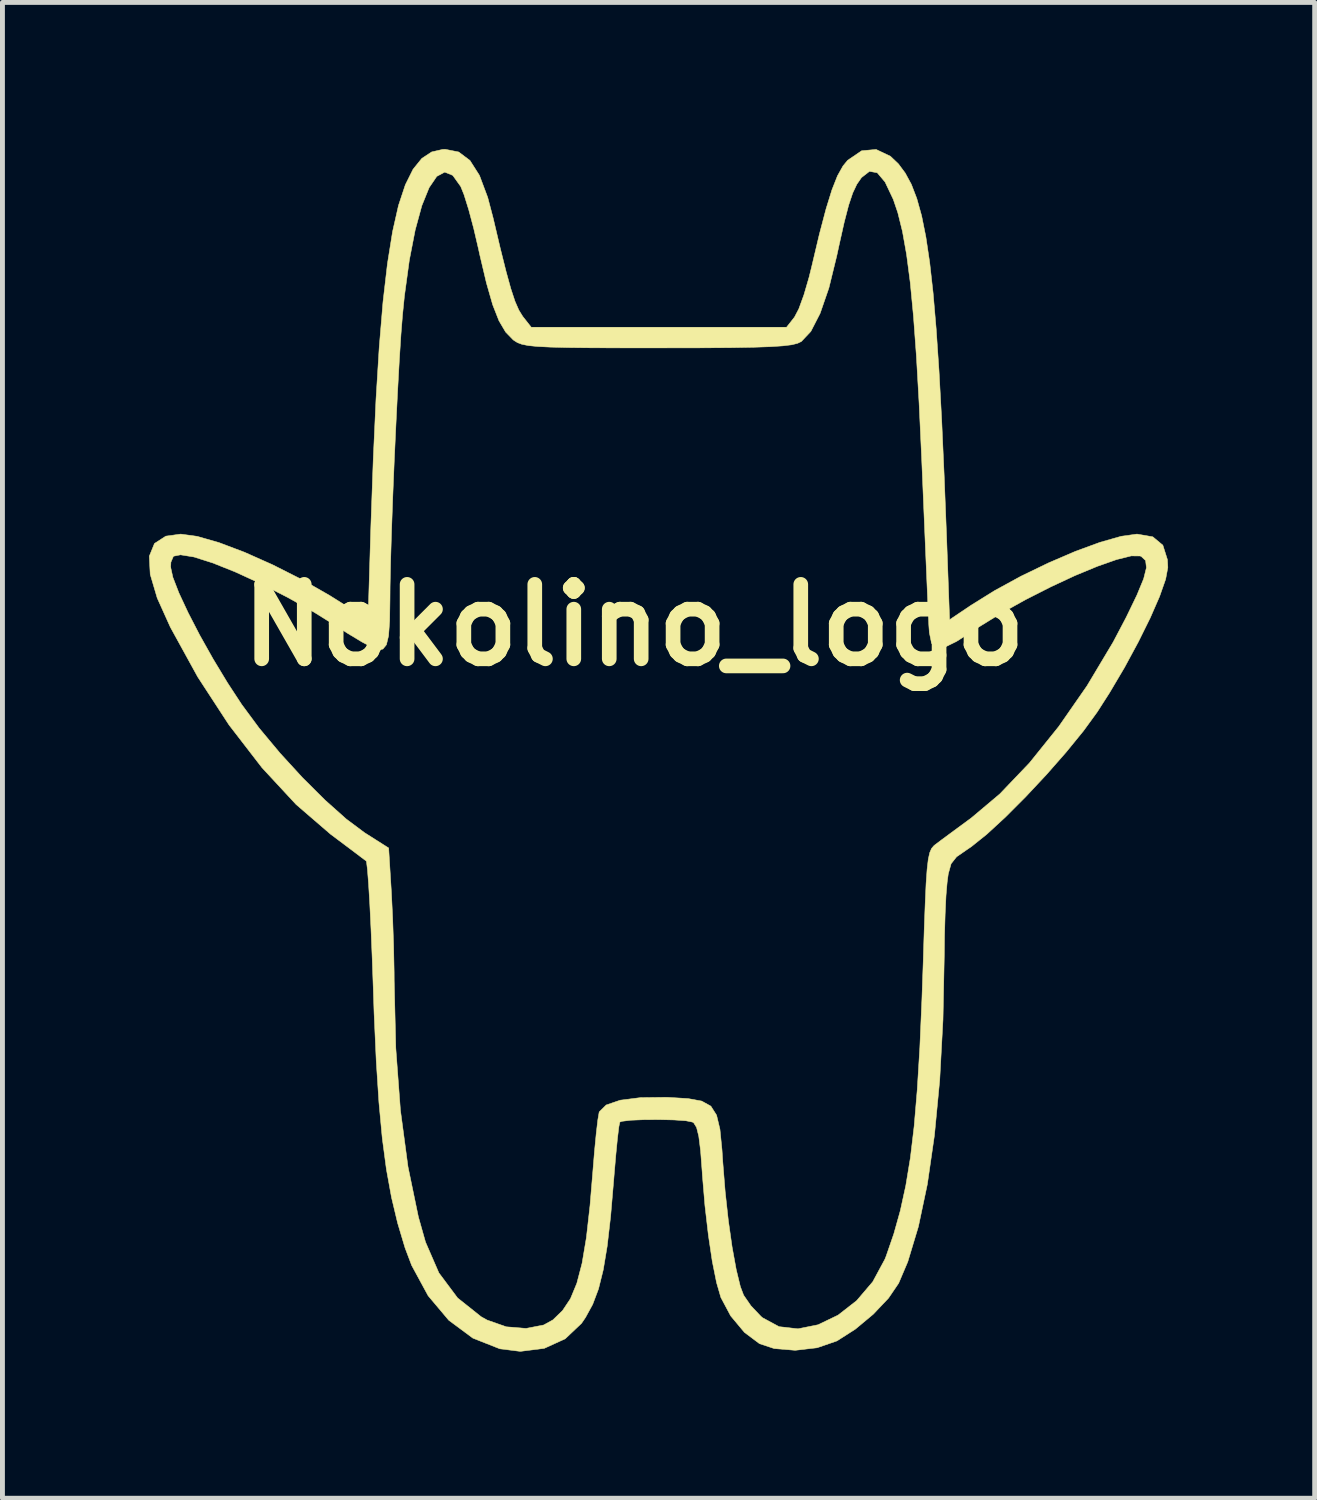
<source format=kicad_pcb>
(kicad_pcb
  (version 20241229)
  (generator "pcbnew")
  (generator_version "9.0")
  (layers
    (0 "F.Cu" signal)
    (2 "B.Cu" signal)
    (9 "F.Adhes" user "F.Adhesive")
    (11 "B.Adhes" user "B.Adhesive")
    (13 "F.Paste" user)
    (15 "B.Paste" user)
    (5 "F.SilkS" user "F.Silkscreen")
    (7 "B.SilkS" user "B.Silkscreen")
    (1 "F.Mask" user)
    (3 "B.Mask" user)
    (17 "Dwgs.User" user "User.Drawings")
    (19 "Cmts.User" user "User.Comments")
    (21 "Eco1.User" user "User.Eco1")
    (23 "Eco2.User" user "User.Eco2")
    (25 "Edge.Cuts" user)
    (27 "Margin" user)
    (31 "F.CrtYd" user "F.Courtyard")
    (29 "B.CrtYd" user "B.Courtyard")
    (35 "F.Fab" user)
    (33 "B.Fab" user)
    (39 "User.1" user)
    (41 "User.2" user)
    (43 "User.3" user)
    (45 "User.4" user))
  (footprint "Nokolino_logo"
    (layer "F.Cu")
    (at 9.925 12.282)
    (property "Reference" "Nokolino_logo" (at 0 -2.54 0) (layer "F.SilkS") (effects (font (size 1.524 1.524) (thickness 0.3))))
    (attr through_hole)
    (fp_poly (pts (xy -3.589 -12.222) (xy -3.359 -12.049) (xy -3.164 -11.743) (xy -2.995 -11.292) (xy -2.885 -10.874) (xy -2.739 -10.255) (xy -2.62 -9.779) (xy -2.522 -9.424) (xy -2.437 -9.167) (xy -2.358 -8.986) (xy -2.279 -8.858) (xy -2.267 -8.843) (xy -2.104 -8.636) (xy 0.508 -8.636) (xy 3.12 -8.636) (xy 3.282 -8.842) (xy 3.371 -9.012) (xy 3.476 -9.3) (xy 3.581 -9.66) (xy 3.635 -9.879) (xy 3.792 -10.541) (xy 3.928 -11.057) (xy 4.049 -11.448) (xy 4.162 -11.734) (xy 4.275 -11.936) (xy 4.37 -12.052) (xy 4.657 -12.247) (xy 4.952 -12.274) (xy 5.245 -12.135) (xy 5.408 -11.98) (xy 5.548 -11.792) (xy 5.674 -11.56) (xy 5.785 -11.271) (xy 5.884 -10.916) (xy 5.971 -10.483) (xy 6.049 -9.96) (xy 6.119 -9.336) (xy 6.182 -8.6) (xy 6.24 -7.741) (xy 6.294 -6.746) (xy 6.345 -5.606) (xy 6.396 -4.308) (xy 6.399 -4.225) (xy 6.456 -2.651) (xy 6.89 -2.943) (xy 7.375 -3.245) (xy 7.915 -3.54) (xy 8.477 -3.812) (xy 9.028 -4.049) (xy 9.535 -4.235) (xy 9.967 -4.358) (xy 10.29 -4.403) (xy 10.292 -4.403) (xy 10.615 -4.347) (xy 10.82 -4.176) (xy 10.914 -3.879) (xy 10.922 -3.719) (xy 10.877 -3.479) (xy 10.753 -3.126) (xy 10.562 -2.689) (xy 10.318 -2.196) (xy 10.037 -1.676) (xy 9.73 -1.157) (xy 9.477 -0.762) (xy 9.196 -0.376) (xy 8.84 0.061) (xy 8.437 0.52) (xy 8.014 0.972) (xy 7.599 1.388) (xy 7.22 1.737) (xy 6.904 1.991) (xy 6.807 2.057) (xy 6.6 2.2) (xy 6.487 2.343) (xy 6.429 2.551) (xy 6.406 2.724) (xy 6.383 2.994) (xy 6.365 3.378) (xy 6.352 3.822) (xy 6.348 4.191) (xy 6.321 5.534) (xy 6.254 6.774) (xy 6.146 7.9) (xy 6.001 8.901) (xy 5.818 9.767) (xy 5.601 10.486) (xy 5.414 10.926) (xy 5.206 11.232) (xy 4.894 11.561) (xy 4.528 11.866) (xy 4.159 12.102) (xy 4.143 12.11) (xy 3.745 12.247) (xy 3.298 12.299) (xy 2.867 12.263) (xy 2.566 12.163) (xy 2.258 11.932) (xy 1.976 11.594) (xy 1.776 11.218) (xy 1.688 10.915) (xy 1.6 10.478) (xy 1.52 9.941) (xy 1.45 9.339) (xy 1.397 8.708) (xy 1.394 8.654) (xy 1.361 8.216) (xy 1.324 7.92) (xy 1.279 7.739) (xy 1.221 7.646) (xy 1.195 7.629) (xy 1.061 7.602) (xy 0.817 7.585) (xy 0.514 7.578) (xy 0.202 7.58) (xy -0.069 7.591) (xy -0.249 7.613) (xy -0.291 7.629) (xy -0.311 7.723) (xy -0.339 7.953) (xy -0.372 8.288) (xy -0.407 8.695) (xy -0.416 8.807) (xy -0.48 9.56) (xy -0.55 10.167) (xy -0.631 10.653) (xy -0.728 11.043) (xy -0.847 11.359) (xy -0.993 11.626) (xy -1.076 11.748) (xy -1.41 12.064) (xy -1.838 12.259) (xy -2.328 12.321) (xy -2.748 12.268) (xy -3.299 12.05) (xy -3.792 11.684) (xy -4.214 11.183) (xy -4.551 10.562) (xy -4.687 10.202) (xy -4.838 9.697) (xy -4.964 9.169) (xy -5.068 8.597) (xy -5.153 7.957) (xy -5.221 7.227) (xy -5.276 6.383) (xy -5.32 5.403) (xy -5.336 4.915) (xy -5.359 4.271) (xy -5.383 3.682) (xy -5.408 3.17) (xy -5.433 2.756) (xy -5.456 2.461) (xy -5.475 2.305) (xy -5.482 2.286) (xy -5.574 2.217) (xy -5.768 2.07) (xy -6.032 1.872) (xy -6.212 1.737) (xy -6.915 1.131) (xy -7.613 0.378) (xy -8.29 -0.5) (xy -8.929 -1.48) (xy -9.489 -2.498) (xy -9.758 -3.095) (xy -9.901 -3.579) (xy -9.909 -3.725) (xy -9.483 -3.725) (xy -9.438 -3.519) (xy -9.314 -3.199) (xy -9.126 -2.796) (xy -8.888 -2.335) (xy -8.614 -1.847) (xy -8.319 -1.359) (xy -8.031 -0.919) (xy -7.672 -0.433) (xy -7.246 0.078) (xy -6.786 0.58) (xy -6.323 1.041) (xy -5.889 1.428) (xy -5.514 1.708) (xy -5.495 1.72) (xy -5.022 2.02) (xy -4.966 2.928) (xy -4.941 3.44) (xy -4.921 4.017) (xy -4.91 4.562) (xy -4.909 4.733) (xy -4.876 6.112) (xy -4.781 7.388) (xy -4.626 8.545) (xy -4.414 9.568) (xy -4.268 10.084) (xy -3.994 10.715) (xy -3.611 11.228) (xy -3.129 11.612) (xy -3.007 11.68) (xy -2.614 11.818) (xy -2.21 11.851) (xy -1.85 11.781) (xy -1.66 11.676) (xy -1.464 11.486) (xy -1.302 11.243) (xy -1.171 10.926) (xy -1.064 10.517) (xy -0.976 9.994) (xy -0.902 9.339) (xy -0.846 8.666) (xy -0.811 8.239) (xy -0.775 7.866) (xy -0.742 7.584) (xy -0.715 7.428) (xy -0.711 7.418) (xy -0.571 7.279) (xy -0.284 7.181) (xy 0.133 7.128) (xy 0.662 7.122) (xy 0.713 7.124) (xy 1.105 7.148) (xy 1.384 7.199) (xy 1.571 7.303) (xy 1.688 7.487) (xy 1.757 7.776) (xy 1.799 8.197) (xy 1.815 8.442) (xy 1.864 9.052) (xy 1.929 9.644) (xy 2.006 10.186) (xy 2.09 10.647) (xy 2.175 10.996) (xy 2.242 11.172) (xy 2.391 11.388) (xy 2.597 11.605) (xy 2.628 11.632) (xy 2.967 11.815) (xy 3.354 11.859) (xy 3.765 11.776) (xy 4.174 11.579) (xy 4.555 11.282) (xy 4.884 10.896) (xy 5.133 10.434) (xy 5.158 10.371) (xy 5.315 9.915) (xy 5.448 9.441) (xy 5.56 8.929) (xy 5.654 8.359) (xy 5.731 7.713) (xy 5.794 6.969) (xy 5.847 6.108) (xy 5.89 5.111) (xy 5.916 4.367) (xy 5.937 3.685) (xy 5.957 3.152) (xy 5.975 2.749) (xy 5.996 2.455) (xy 6.02 2.25) (xy 6.05 2.116) (xy 6.087 2.03) (xy 6.134 1.975) (xy 6.159 1.954) (xy 6.309 1.841) (xy 6.549 1.664) (xy 6.833 1.455) (xy 6.895 1.41) (xy 7.484 0.914) (xy 8.09 0.28) (xy 8.691 -0.467) (xy 9.269 -1.299) (xy 9.802 -2.191) (xy 10.07 -2.7) (xy 10.29 -3.156) (xy 10.427 -3.488) (xy 10.484 -3.716) (xy 10.467 -3.862) (xy 10.38 -3.944) (xy 10.356 -3.955) (xy 10.174 -3.957) (xy 9.873 -3.882) (xy 9.481 -3.744) (xy 9.022 -3.554) (xy 8.524 -3.322) (xy 8.012 -3.062) (xy 7.514 -2.785) (xy 7.055 -2.502) (xy 6.961 -2.439) (xy 6.597 -2.206) (xy 6.344 -2.082) (xy 6.181 -2.069) (xy 6.087 -2.17) (xy 6.042 -2.388) (xy 6.031 -2.541) (xy 6.022 -2.735) (xy 6.007 -3.075) (xy 5.987 -3.538) (xy 5.963 -4.099) (xy 5.936 -4.737) (xy 5.907 -5.427) (xy 5.884 -5.969) (xy 5.832 -7.085) (xy 5.777 -8.045) (xy 5.717 -8.862) (xy 5.651 -9.551) (xy 5.576 -10.124) (xy 5.492 -10.596) (xy 5.397 -10.979) (xy 5.304 -11.253) (xy 5.136 -11.607) (xy 4.976 -11.797) (xy 4.817 -11.826) (xy 4.654 -11.699) (xy 4.653 -11.698) (xy 4.558 -11.561) (xy 4.474 -11.383) (xy 4.391 -11.135) (xy 4.301 -10.789) (xy 4.195 -10.316) (xy 4.147 -10.095) (xy 3.986 -9.438) (xy 3.807 -8.92) (xy 3.617 -8.55) (xy 3.423 -8.344) (xy 3.346 -8.307) (xy 3.227 -8.277) (xy 3.048 -8.255) (xy 2.792 -8.238) (xy 2.441 -8.226) (xy 1.978 -8.218) (xy 1.383 -8.214) (xy 0.641 -8.213) (xy 0.48 -8.213) (xy -0.276 -8.213) (xy -0.881 -8.215) (xy -1.354 -8.22) (xy -1.714 -8.229) (xy -1.978 -8.242) (xy -2.166 -8.261) (xy -2.295 -8.287) (xy -2.386 -8.321) (xy -2.455 -8.364) (xy -2.476 -8.38) (xy -2.629 -8.538) (xy -2.765 -8.769) (xy -2.893 -9.095) (xy -3.021 -9.541) (xy -3.16 -10.128) (xy -3.183 -10.235) (xy -3.281 -10.655) (xy -3.384 -11.042) (xy -3.48 -11.349) (xy -3.547 -11.515) (xy -3.71 -11.743) (xy -3.874 -11.81) (xy -4.037 -11.723) (xy -4.194 -11.492) (xy -4.343 -11.124) (xy -4.479 -10.626) (xy -4.599 -10.008) (xy -4.699 -9.277) (xy -4.738 -8.89) (xy -4.77 -8.491) (xy -4.804 -7.957) (xy -4.839 -7.323) (xy -4.874 -6.622) (xy -4.908 -5.89) (xy -4.938 -5.161) (xy -4.963 -4.469) (xy -4.982 -3.849) (xy -4.993 -3.335) (xy -4.995 -3.068) (xy -5.002 -2.623) (xy -5.024 -2.322) (xy -5.068 -2.139) (xy -5.139 -2.051) (xy -5.224 -2.032) (xy -5.346 -2.077) (xy -5.569 -2.196) (xy -5.858 -2.37) (xy -6.041 -2.488) (xy -6.544 -2.802) (xy -7.084 -3.105) (xy -7.629 -3.384) (xy -8.151 -3.624) (xy -8.62 -3.812) (xy -9.007 -3.935) (xy -9.281 -3.979) (xy -9.281 -3.979) (xy -9.426 -3.95) (xy -9.478 -3.828) (xy -9.483 -3.725) (xy -9.909 -3.725) (xy -9.92 -3.951) (xy -9.814 -4.211) (xy -9.582 -4.361) (xy -9.277 -4.403) (xy -8.94 -4.357) (xy -8.494 -4.229) (xy -7.97 -4.031) (xy -7.398 -3.776) (xy -6.81 -3.479) (xy -6.236 -3.151) (xy -6.003 -3.005) (xy -5.444 -2.644) (xy -5.386 -4.561) (xy -5.337 -5.942) (xy -5.281 -7.162) (xy -5.215 -8.229) (xy -5.138 -9.151) (xy -5.047 -9.936) (xy -4.942 -10.592) (xy -4.821 -11.127) (xy -4.681 -11.55) (xy -4.523 -11.868) (xy -4.344 -12.09) (xy -4.142 -12.223) (xy -3.916 -12.275) (xy -3.865 -12.277) (xy -3.589 -12.222)) (stroke (width 0.01) (type solid)) (fill yes) (layer "F.SilkS")))
  (gr_rect
    (start -3 -3)
    (end 23.852 27.608)
    (stroke (width 0.1) (type default))
    (fill no)
    (layer "Edge.Cuts")))
</source>
